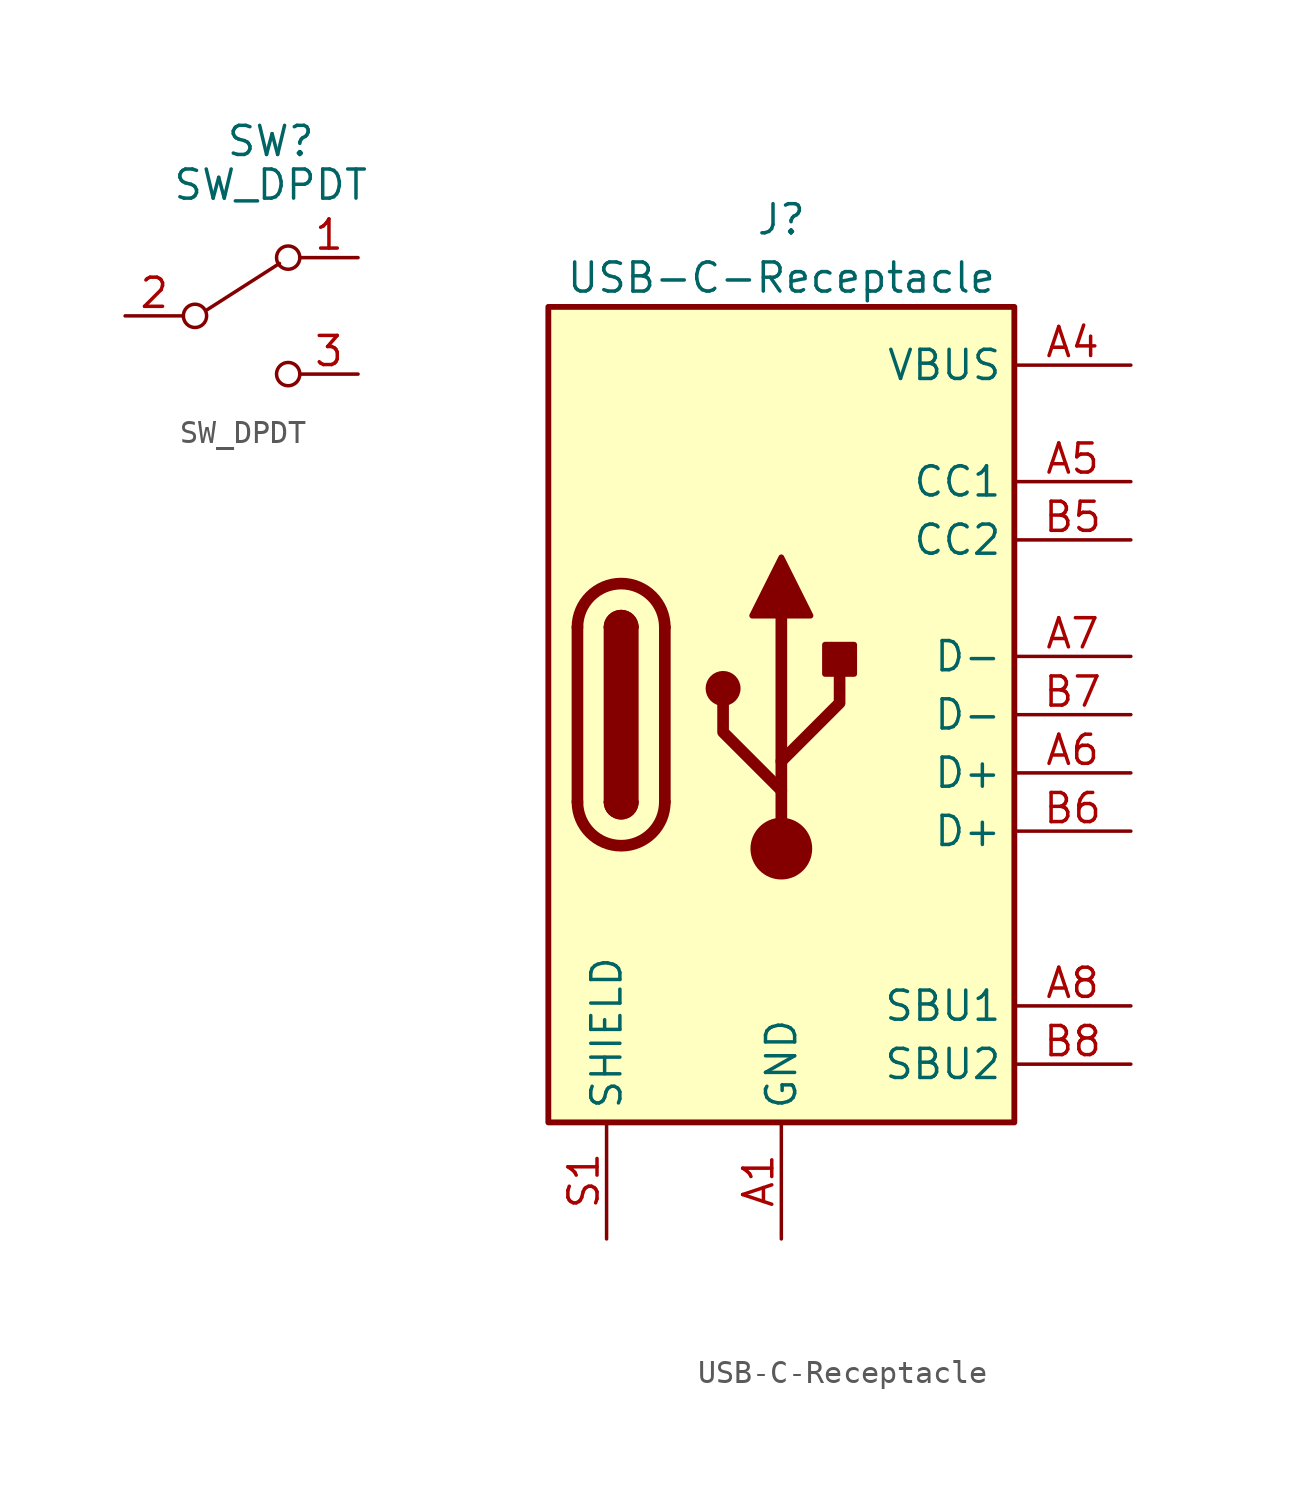
<source format=kicad_sym>
(kicad_symbol_lib
  (version 20201005)
  (generator kicad_symbol_editor)
  (symbol "jiran-ble:SW_DPDT"
    (pin_names hide)
    (property "Reference" "SW"
      (at 0 7.62 0)
      (effects (font (size 1.27 1.27))))
    (property "Value" "SW_DPDT"
      (at 0 5.715 0)
      (effects (font (size 1.27 1.27))))
    (symbol "SW_DPDT_0_0"
      (circle (center -3.302 0) (radius 0.508) (stroke (width 0)) (fill (type none)))
      (circle (center 0.762 -2.54) (radius 0.508) (stroke (width 0)) (fill (type none))))
    (symbol "SW_DPDT_0_1"
      (circle (center 0.762 2.54) (radius 0.508) (stroke (width 0)) (fill (type none)))
      (polyline (pts (xy -2.794 0.254) (xy 0.381 2.286)) (stroke (width 0)) (fill (type none))))
    (symbol "SW_DPDT_1_1"
      (pin passive line (at 3.81 2.54 180) (length 2.54) (name "A" (effects (font (size 1.27 1.27)))) (number "1" (effects (font (size 1.27 1.27)))))
      (pin passive line (at -6.35 0 0) (length 2.54) (name "B" (effects (font (size 1.27 1.27)))) (number "2" (effects (font (size 1.27 1.27)))))
      (pin passive line (at 3.81 -2.54 180) (length 2.54) (name "C" (effects (font (size 1.27 1.27)))) (number "3" (effects (font (size 1.27 1.27)))))))
  (symbol "jiran-ble:USB-C-Receptacle"
    (property "Reference" "J"
      (at 0 22.225 0)
      (effects (font (size 1.27 1.27))))
    (property "Value" "USB-C-Receptacle"
      (at 0 19.685 0)
      (effects (font (size 1.27 1.27))))
    (symbol "USB-C-Receptacle_0_1"
      (arc (start -8.89 -3.175) (end -5.08 -3.175) (radius (at -6.985 -3.175) (length 1.905) (angles -179.9 -0.1)) (stroke (width 0.508)) (fill (type none)))
      (arc (start -7.62 -3.175) (end -6.35 -3.175) (radius (at -6.985 -3.175) (length 0.635) (angles -179.9 -0.1)) (stroke (width 0.254)) (fill (type none)))
      (arc (start -6.35 4.445) (end -7.62 4.445) (radius (at -6.985 4.445) (length 0.635) (angles 0.1 179.9)) (stroke (width 0.254)) (fill (type none)))
      (arc (start -5.08 4.445) (end -8.89 4.445) (radius (at -6.985 4.445) (length 1.905) (angles 0.1 179.9)) (stroke (width 0.508)) (fill (type none)))
      (arc (start -7.62 -3.175) (end -6.35 -3.175) (radius (at -6.985 -3.175) (length 0.635) (angles -179.9 -0.1)) (stroke (width 0.254)) (fill (type outline)))
      (arc (start -6.35 4.445) (end -7.62 4.445) (radius (at -6.985 4.445) (length 0.635) (angles 0.1 179.9)) (stroke (width 0.254)) (fill (type outline)))
      (circle (center -2.54 1.778) (radius 0.635) (stroke (width 0.254)) (fill (type outline)))
      (circle (center 0 -5.207) (radius 1.27) (stroke (width 0)) (fill (type outline)))
      (rectangle (start -7.62 -3.175) (end -6.35 4.445) (stroke (width 0.254)) (fill (type outline)))
      (rectangle (start 1.905 2.413) (end 3.175 3.683) (stroke (width 0.254)) (fill (type outline)))
      (rectangle (start -10.16 18.415) (end 10.16 -17.145) (stroke (width 0.254)) (fill (type background)))
      (polyline (pts (xy -8.89 -3.175) (xy -8.89 4.445)) (stroke (width 0.508)) (fill (type none)))
      (polyline (pts (xy -5.08 4.445) (xy -5.08 -3.175)) (stroke (width 0.508)) (fill (type none)))
      (polyline (pts (xy 0 -5.207) (xy 0 4.953)) (stroke (width 0.508)) (fill (type none)))
      (polyline (pts (xy 0 -2.667) (xy -2.54 -0.127) (xy -2.54 1.143)) (stroke (width 0.508)) (fill (type none)))
      (polyline (pts (xy 0 -1.397) (xy 2.54 1.143) (xy 2.54 2.413)) (stroke (width 0.508)) (fill (type none)))
      (polyline (pts (xy -1.27 4.953) (xy 0 7.493) (xy 1.27 4.953) (xy -1.27 4.953)) (stroke (width 0.254)) (fill (type outline))))
    (symbol "USB-C-Receptacle_1_1"
      (pin power_in line (at 0 -22.225 90) (length 5.08) (name "GND" (effects (font (size 1.27 1.27)))) (number "A1" (effects (font (size 1.27 1.27)))))
      (pin passive line (at 0 -22.225 90) (length 5.08) hide (name "GND" (effects (font (size 1.27 1.27)))) (number "A12" (effects (font (size 1.27 1.27)))))
      (pin power_in line (at 15.24 15.875 180) (length 5.08) (name "VBUS" (effects (font (size 1.27 1.27)))) (number "A4" (effects (font (size 1.27 1.27)))))
      (pin bidirectional line (at 15.24 10.795 180) (length 5.08) (name "CC1" (effects (font (size 1.27 1.27)))) (number "A5" (effects (font (size 1.27 1.27)))))
      (pin bidirectional line (at 15.24 -1.905 180) (length 5.08) (name "D+" (effects (font (size 1.27 1.27)))) (number "A6" (effects (font (size 1.27 1.27)))))
      (pin bidirectional line (at 15.24 3.175 180) (length 5.08) (name "D-" (effects (font (size 1.27 1.27)))) (number "A7" (effects (font (size 1.27 1.27)))))
      (pin bidirectional line (at 15.24 -12.065 180) (length 5.08) (name "SBU1" (effects (font (size 1.27 1.27)))) (number "A8" (effects (font (size 1.27 1.27)))))
      (pin passive line (at 15.24 15.875 180) (length 5.08) hide (name "VBUS" (effects (font (size 1.27 1.27)))) (number "A9" (effects (font (size 1.27 1.27)))))
      (pin passive line (at 0 -22.225 90) (length 5.08) hide (name "GND" (effects (font (size 1.27 1.27)))) (number "B1" (effects (font (size 1.27 1.27)))))
      (pin passive line (at 0 -22.225 90) (length 5.08) hide (name "GND" (effects (font (size 1.27 1.27)))) (number "B12" (effects (font (size 1.27 1.27)))))
      (pin passive line (at 15.24 15.875 180) (length 5.08) hide (name "VBUS" (effects (font (size 1.27 1.27)))) (number "B4" (effects (font (size 1.27 1.27)))))
      (pin bidirectional line (at 15.24 8.255 180) (length 5.08) (name "CC2" (effects (font (size 1.27 1.27)))) (number "B5" (effects (font (size 1.27 1.27)))))
      (pin bidirectional line (at 15.24 -4.445 180) (length 5.08) (name "D+" (effects (font (size 1.27 1.27)))) (number "B6" (effects (font (size 1.27 1.27)))))
      (pin bidirectional line (at 15.24 0.635 180) (length 5.08) (name "D-" (effects (font (size 1.27 1.27)))) (number "B7" (effects (font (size 1.27 1.27)))))
      (pin bidirectional line (at 15.24 -14.605 180) (length 5.08) (name "SBU2" (effects (font (size 1.27 1.27)))) (number "B8" (effects (font (size 1.27 1.27)))))
      (pin passive line (at 15.24 15.875 180) (length 5.08) hide (name "VBUS" (effects (font (size 1.27 1.27)))) (number "B9" (effects (font (size 1.27 1.27)))))
      (pin passive line (at -7.62 -22.225 90) (length 5.08) (name "SHIELD" (effects (font (size 1.27 1.27)))) (number "S1" (effects (font (size 1.27 1.27))))))))
</source>
